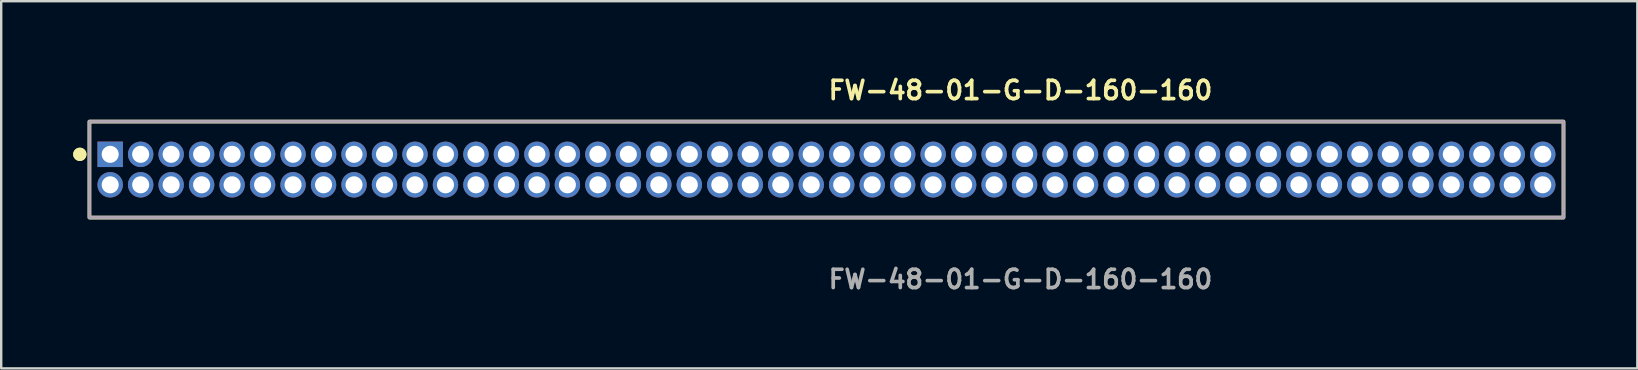
<source format=kicad_pcb>
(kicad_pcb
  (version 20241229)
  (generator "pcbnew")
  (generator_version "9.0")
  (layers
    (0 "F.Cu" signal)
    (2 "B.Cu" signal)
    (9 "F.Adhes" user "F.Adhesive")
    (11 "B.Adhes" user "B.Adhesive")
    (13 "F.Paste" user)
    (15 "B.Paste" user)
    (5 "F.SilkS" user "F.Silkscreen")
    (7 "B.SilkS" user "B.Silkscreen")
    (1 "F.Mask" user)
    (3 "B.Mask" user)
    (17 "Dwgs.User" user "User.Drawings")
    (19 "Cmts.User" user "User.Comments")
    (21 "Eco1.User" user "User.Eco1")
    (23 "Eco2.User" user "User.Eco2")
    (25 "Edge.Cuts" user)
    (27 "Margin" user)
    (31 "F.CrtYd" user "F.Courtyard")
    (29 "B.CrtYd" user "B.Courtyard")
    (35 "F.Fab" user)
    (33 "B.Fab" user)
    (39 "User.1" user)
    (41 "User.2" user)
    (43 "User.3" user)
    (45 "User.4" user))
  (footprint "FW-48-01-G-D-160-160"
    (layer "F.Cu")
    (at 31.386 4.015)
    (property "Reference" "FW-48-01-G-D-160-160" (at 0 -3.302 0) (unlocked yes) (layer "F.SilkS") (effects (font (size 0.762 0.762) (thickness 0.152)) (justify left)))
    (fp_rect (start -30.71 2) (end 30.71 -2) (stroke (width 0.152) (type solid)) (fill no) (layer "F.SilkS"))
    (fp_circle (center -31.11 -0.635) (end -31.31 -0.635) (stroke (width 0.152) (type solid)) (fill yes) (layer "F.SilkS"))
    (fp_circle (center -31.11 -0.635) (end -31.31 -0.635) (stroke (width 0.152) (type solid)) (fill yes) (layer "F.SilkS"))
    (fp_rect (start -30.71 2) (end 30.71 -2) (stroke (width 0.006) (type solid)) (fill no) (layer "F.CrtYd"))
    (fp_rect (start -30.71 2) (end 30.71 -2) (stroke (width 0.152) (type solid)) (fill no) (layer "F.Fab"))
    (fp_text user "${REFERENCE}" (at 0 4.572 0) (unlocked yes) (layer "F.Fab") (effects (font (size 0.762 0.762) (thickness 0.152)) (justify left)))
    (pad "1" thru_hole rect (at -29.845 -0.635) (size 1.06 1.06) (drill 0.71) (layers "*.Cu" "*.Mask"))
    (pad "2" thru_hole circle (at -29.845 0.635) (size 1.06 1.06) (drill 0.71) (layers "*.Cu" "*.Mask"))
    (pad "3" thru_hole circle (at -28.575 -0.635) (size 1.06 1.06) (drill 0.71) (layers "*.Cu" "*.Mask"))
    (pad "4" thru_hole circle (at -28.575 0.635) (size 1.06 1.06) (drill 0.71) (layers "*.Cu" "*.Mask"))
    (pad "5" thru_hole circle (at -27.305 -0.635) (size 1.06 1.06) (drill 0.71) (layers "*.Cu" "*.Mask"))
    (pad "6" thru_hole circle (at -27.305 0.635) (size 1.06 1.06) (drill 0.71) (layers "*.Cu" "*.Mask"))
    (pad "7" thru_hole circle (at -26.035 -0.635) (size 1.06 1.06) (drill 0.71) (layers "*.Cu" "*.Mask"))
    (pad "8" thru_hole circle (at -26.035 0.635) (size 1.06 1.06) (drill 0.71) (layers "*.Cu" "*.Mask"))
    (pad "9" thru_hole circle (at -24.765 -0.635) (size 1.06 1.06) (drill 0.71) (layers "*.Cu" "*.Mask"))
    (pad "10" thru_hole circle (at -24.765 0.635) (size 1.06 1.06) (drill 0.71) (layers "*.Cu" "*.Mask"))
    (pad "11" thru_hole circle (at -23.495 -0.635) (size 1.06 1.06) (drill 0.71) (layers "*.Cu" "*.Mask"))
    (pad "12" thru_hole circle (at -23.495 0.635) (size 1.06 1.06) (drill 0.71) (layers "*.Cu" "*.Mask"))
    (pad "13" thru_hole circle (at -22.225 -0.635) (size 1.06 1.06) (drill 0.71) (layers "*.Cu" "*.Mask"))
    (pad "14" thru_hole circle (at -22.225 0.635) (size 1.06 1.06) (drill 0.71) (layers "*.Cu" "*.Mask"))
    (pad "15" thru_hole circle (at -20.955 -0.635) (size 1.06 1.06) (drill 0.71) (layers "*.Cu" "*.Mask"))
    (pad "16" thru_hole circle (at -20.955 0.635) (size 1.06 1.06) (drill 0.71) (layers "*.Cu" "*.Mask"))
    (pad "17" thru_hole circle (at -19.685 -0.635) (size 1.06 1.06) (drill 0.71) (layers "*.Cu" "*.Mask"))
    (pad "18" thru_hole circle (at -19.685 0.635) (size 1.06 1.06) (drill 0.71) (layers "*.Cu" "*.Mask"))
    (pad "19" thru_hole circle (at -18.415 -0.635) (size 1.06 1.06) (drill 0.71) (layers "*.Cu" "*.Mask"))
    (pad "20" thru_hole circle (at -18.415 0.635) (size 1.06 1.06) (drill 0.71) (layers "*.Cu" "*.Mask"))
    (pad "21" thru_hole circle (at -17.145 -0.635) (size 1.06 1.06) (drill 0.71) (layers "*.Cu" "*.Mask"))
    (pad "22" thru_hole circle (at -17.145 0.635) (size 1.06 1.06) (drill 0.71) (layers "*.Cu" "*.Mask"))
    (pad "23" thru_hole circle (at -15.875 -0.635) (size 1.06 1.06) (drill 0.71) (layers "*.Cu" "*.Mask"))
    (pad "24" thru_hole circle (at -15.875 0.635) (size 1.06 1.06) (drill 0.71) (layers "*.Cu" "*.Mask"))
    (pad "25" thru_hole circle (at -14.605 -0.635) (size 1.06 1.06) (drill 0.71) (layers "*.Cu" "*.Mask"))
    (pad "26" thru_hole circle (at -14.605 0.635) (size 1.06 1.06) (drill 0.71) (layers "*.Cu" "*.Mask"))
    (pad "27" thru_hole circle (at -13.335 -0.635) (size 1.06 1.06) (drill 0.71) (layers "*.Cu" "*.Mask"))
    (pad "28" thru_hole circle (at -13.335 0.635) (size 1.06 1.06) (drill 0.71) (layers "*.Cu" "*.Mask"))
    (pad "29" thru_hole circle (at -12.065 -0.635) (size 1.06 1.06) (drill 0.71) (layers "*.Cu" "*.Mask"))
    (pad "30" thru_hole circle (at -12.065 0.635) (size 1.06 1.06) (drill 0.71) (layers "*.Cu" "*.Mask"))
    (pad "31" thru_hole circle (at -10.795 -0.635) (size 1.06 1.06) (drill 0.71) (layers "*.Cu" "*.Mask"))
    (pad "32" thru_hole circle (at -10.795 0.635) (size 1.06 1.06) (drill 0.71) (layers "*.Cu" "*.Mask"))
    (pad "33" thru_hole circle (at -9.525 -0.635) (size 1.06 1.06) (drill 0.71) (layers "*.Cu" "*.Mask"))
    (pad "34" thru_hole circle (at -9.525 0.635) (size 1.06 1.06) (drill 0.71) (layers "*.Cu" "*.Mask"))
    (pad "35" thru_hole circle (at -8.255 -0.635) (size 1.06 1.06) (drill 0.71) (layers "*.Cu" "*.Mask"))
    (pad "36" thru_hole circle (at -8.255 0.635) (size 1.06 1.06) (drill 0.71) (layers "*.Cu" "*.Mask"))
    (pad "37" thru_hole circle (at -6.985 -0.635) (size 1.06 1.06) (drill 0.71) (layers "*.Cu" "*.Mask"))
    (pad "38" thru_hole circle (at -6.985 0.635) (size 1.06 1.06) (drill 0.71) (layers "*.Cu" "*.Mask"))
    (pad "39" thru_hole circle (at -5.715 -0.635) (size 1.06 1.06) (drill 0.71) (layers "*.Cu" "*.Mask"))
    (pad "40" thru_hole circle (at -5.715 0.635) (size 1.06 1.06) (drill 0.71) (layers "*.Cu" "*.Mask"))
    (pad "41" thru_hole circle (at -4.445 -0.635) (size 1.06 1.06) (drill 0.71) (layers "*.Cu" "*.Mask"))
    (pad "42" thru_hole circle (at -4.445 0.635) (size 1.06 1.06) (drill 0.71) (layers "*.Cu" "*.Mask"))
    (pad "43" thru_hole circle (at -3.175 -0.635) (size 1.06 1.06) (drill 0.71) (layers "*.Cu" "*.Mask"))
    (pad "44" thru_hole circle (at -3.175 0.635) (size 1.06 1.06) (drill 0.71) (layers "*.Cu" "*.Mask"))
    (pad "45" thru_hole circle (at -1.905 -0.635) (size 1.06 1.06) (drill 0.71) (layers "*.Cu" "*.Mask"))
    (pad "46" thru_hole circle (at -1.905 0.635) (size 1.06 1.06) (drill 0.71) (layers "*.Cu" "*.Mask"))
    (pad "47" thru_hole circle (at -0.635 -0.635) (size 1.06 1.06) (drill 0.71) (layers "*.Cu" "*.Mask"))
    (pad "48" thru_hole circle (at -0.635 0.635) (size 1.06 1.06) (drill 0.71) (layers "*.Cu" "*.Mask"))
    (pad "49" thru_hole circle (at 0.635 -0.635) (size 1.06 1.06) (drill 0.71) (layers "*.Cu" "*.Mask"))
    (pad "50" thru_hole circle (at 0.635 0.635) (size 1.06 1.06) (drill 0.71) (layers "*.Cu" "*.Mask"))
    (pad "51" thru_hole circle (at 1.905 -0.635) (size 1.06 1.06) (drill 0.71) (layers "*.Cu" "*.Mask"))
    (pad "52" thru_hole circle (at 1.905 0.635) (size 1.06 1.06) (drill 0.71) (layers "*.Cu" "*.Mask"))
    (pad "53" thru_hole circle (at 3.175 -0.635) (size 1.06 1.06) (drill 0.71) (layers "*.Cu" "*.Mask"))
    (pad "54" thru_hole circle (at 3.175 0.635) (size 1.06 1.06) (drill 0.71) (layers "*.Cu" "*.Mask"))
    (pad "55" thru_hole circle (at 4.445 -0.635) (size 1.06 1.06) (drill 0.71) (layers "*.Cu" "*.Mask"))
    (pad "56" thru_hole circle (at 4.445 0.635) (size 1.06 1.06) (drill 0.71) (layers "*.Cu" "*.Mask"))
    (pad "57" thru_hole circle (at 5.715 -0.635) (size 1.06 1.06) (drill 0.71) (layers "*.Cu" "*.Mask"))
    (pad "58" thru_hole circle (at 5.715 0.635) (size 1.06 1.06) (drill 0.71) (layers "*.Cu" "*.Mask"))
    (pad "59" thru_hole circle (at 6.985 -0.635) (size 1.06 1.06) (drill 0.71) (layers "*.Cu" "*.Mask"))
    (pad "60" thru_hole circle (at 6.985 0.635) (size 1.06 1.06) (drill 0.71) (layers "*.Cu" "*.Mask"))
    (pad "61" thru_hole circle (at 8.255 -0.635) (size 1.06 1.06) (drill 0.71) (layers "*.Cu" "*.Mask"))
    (pad "62" thru_hole circle (at 8.255 0.635) (size 1.06 1.06) (drill 0.71) (layers "*.Cu" "*.Mask"))
    (pad "63" thru_hole circle (at 9.525 -0.635) (size 1.06 1.06) (drill 0.71) (layers "*.Cu" "*.Mask"))
    (pad "64" thru_hole circle (at 9.525 0.635) (size 1.06 1.06) (drill 0.71) (layers "*.Cu" "*.Mask"))
    (pad "65" thru_hole circle (at 10.795 -0.635) (size 1.06 1.06) (drill 0.71) (layers "*.Cu" "*.Mask"))
    (pad "66" thru_hole circle (at 10.795 0.635) (size 1.06 1.06) (drill 0.71) (layers "*.Cu" "*.Mask"))
    (pad "67" thru_hole circle (at 12.065 -0.635) (size 1.06 1.06) (drill 0.71) (layers "*.Cu" "*.Mask"))
    (pad "68" thru_hole circle (at 12.065 0.635) (size 1.06 1.06) (drill 0.71) (layers "*.Cu" "*.Mask"))
    (pad "69" thru_hole circle (at 13.335 -0.635) (size 1.06 1.06) (drill 0.71) (layers "*.Cu" "*.Mask"))
    (pad "70" thru_hole circle (at 13.335 0.635) (size 1.06 1.06) (drill 0.71) (layers "*.Cu" "*.Mask"))
    (pad "71" thru_hole circle (at 14.605 -0.635) (size 1.06 1.06) (drill 0.71) (layers "*.Cu" "*.Mask"))
    (pad "72" thru_hole circle (at 14.605 0.635) (size 1.06 1.06) (drill 0.71) (layers "*.Cu" "*.Mask"))
    (pad "73" thru_hole circle (at 15.875 -0.635) (size 1.06 1.06) (drill 0.71) (layers "*.Cu" "*.Mask"))
    (pad "74" thru_hole circle (at 15.875 0.635) (size 1.06 1.06) (drill 0.71) (layers "*.Cu" "*.Mask"))
    (pad "75" thru_hole circle (at 17.145 -0.635) (size 1.06 1.06) (drill 0.71) (layers "*.Cu" "*.Mask"))
    (pad "76" thru_hole circle (at 17.145 0.635) (size 1.06 1.06) (drill 0.71) (layers "*.Cu" "*.Mask"))
    (pad "77" thru_hole circle (at 18.415 -0.635) (size 1.06 1.06) (drill 0.71) (layers "*.Cu" "*.Mask"))
    (pad "78" thru_hole circle (at 18.415 0.635) (size 1.06 1.06) (drill 0.71) (layers "*.Cu" "*.Mask"))
    (pad "79" thru_hole circle (at 19.685 -0.635) (size 1.06 1.06) (drill 0.71) (layers "*.Cu" "*.Mask"))
    (pad "80" thru_hole circle (at 19.685 0.635) (size 1.06 1.06) (drill 0.71) (layers "*.Cu" "*.Mask"))
    (pad "81" thru_hole circle (at 20.955 -0.635) (size 1.06 1.06) (drill 0.71) (layers "*.Cu" "*.Mask"))
    (pad "82" thru_hole circle (at 20.955 0.635) (size 1.06 1.06) (drill 0.71) (layers "*.Cu" "*.Mask"))
    (pad "83" thru_hole circle (at 22.225 -0.635) (size 1.06 1.06) (drill 0.71) (layers "*.Cu" "*.Mask"))
    (pad "84" thru_hole circle (at 22.225 0.635) (size 1.06 1.06) (drill 0.71) (layers "*.Cu" "*.Mask"))
    (pad "85" thru_hole circle (at 23.495 -0.635) (size 1.06 1.06) (drill 0.71) (layers "*.Cu" "*.Mask"))
    (pad "86" thru_hole circle (at 23.495 0.635) (size 1.06 1.06) (drill 0.71) (layers "*.Cu" "*.Mask"))
    (pad "87" thru_hole circle (at 24.765 -0.635) (size 1.06 1.06) (drill 0.71) (layers "*.Cu" "*.Mask"))
    (pad "88" thru_hole circle (at 24.765 0.635) (size 1.06 1.06) (drill 0.71) (layers "*.Cu" "*.Mask"))
    (pad "89" thru_hole circle (at 26.035 -0.635) (size 1.06 1.06) (drill 0.71) (layers "*.Cu" "*.Mask"))
    (pad "90" thru_hole circle (at 26.035 0.635) (size 1.06 1.06) (drill 0.71) (layers "*.Cu" "*.Mask"))
    (pad "91" thru_hole circle (at 27.305 -0.635) (size 1.06 1.06) (drill 0.71) (layers "*.Cu" "*.Mask"))
    (pad "92" thru_hole circle (at 27.305 0.635) (size 1.06 1.06) (drill 0.71) (layers "*.Cu" "*.Mask"))
    (pad "93" thru_hole circle (at 28.575 -0.635) (size 1.06 1.06) (drill 0.71) (layers "*.Cu" "*.Mask"))
    (pad "94" thru_hole circle (at 28.575 0.635) (size 1.06 1.06) (drill 0.71) (layers "*.Cu" "*.Mask"))
    (pad "95" thru_hole circle (at 29.845 -0.635) (size 1.06 1.06) (drill 0.71) (layers "*.Cu" "*.Mask"))
    (pad "96" thru_hole circle (at 29.845 0.635) (size 1.06 1.06) (drill 0.71) (layers "*.Cu" "*.Mask")))
  (gr_rect
    (start -3 -3)
    (end 65.172 12.3)
    (stroke (width 0.1) (type default))
    (fill no)
    (layer "Edge.Cuts")))
</source>
